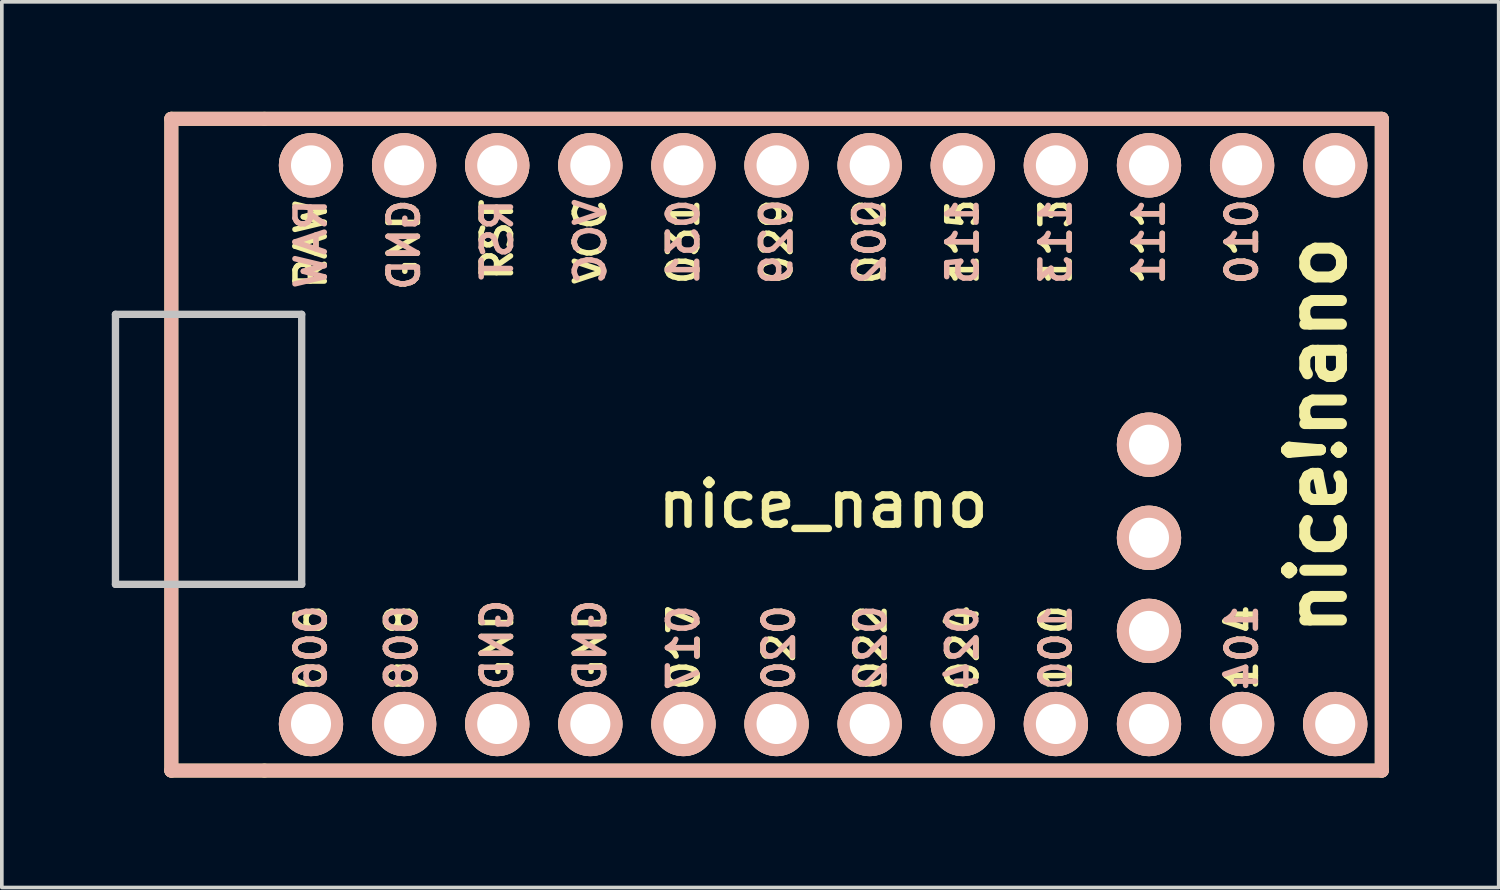
<source format=kicad_pcb>
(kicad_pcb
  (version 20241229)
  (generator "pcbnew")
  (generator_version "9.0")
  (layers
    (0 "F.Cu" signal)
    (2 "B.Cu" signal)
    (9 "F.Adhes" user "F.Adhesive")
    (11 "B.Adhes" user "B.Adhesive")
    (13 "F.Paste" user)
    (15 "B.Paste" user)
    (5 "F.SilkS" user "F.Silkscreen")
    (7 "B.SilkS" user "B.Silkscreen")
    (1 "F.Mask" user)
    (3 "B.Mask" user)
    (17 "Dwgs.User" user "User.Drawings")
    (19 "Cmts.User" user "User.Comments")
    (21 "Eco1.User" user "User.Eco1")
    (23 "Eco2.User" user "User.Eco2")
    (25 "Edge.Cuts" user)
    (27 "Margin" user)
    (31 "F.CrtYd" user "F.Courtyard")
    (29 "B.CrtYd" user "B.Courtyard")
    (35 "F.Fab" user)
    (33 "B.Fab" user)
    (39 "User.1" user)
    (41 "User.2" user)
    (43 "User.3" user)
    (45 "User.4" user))
  (footprint "nice_nano"
    (layer "F.Cu")
    (at 19.404 9.081)
    (property "Reference" "nice_nano" (at 0 1.625 0) (layer "F.SilkS") (effects (font (size 1.2 1.2) (thickness 0.203))))
    (attr through_hole)
    (fp_line (start -17.78 -8.89) (end -17.78 8.89) (stroke (width 0.381) (type solid)) (layer "F.SilkS"))
    (fp_line (start -17.78 8.89) (end -15.24 8.89) (stroke (width 0.381) (type solid)) (layer "F.SilkS"))
    (fp_line (start -15.24 -8.89) (end -17.78 -8.89) (stroke (width 0.381) (type solid)) (layer "F.SilkS"))
    (fp_line (start -15.24 8.89) (end 15.24 8.89) (stroke (width 0.381) (type solid)) (layer "F.SilkS"))
    (fp_line (start 15.24 -8.89) (end -15.24 -8.89) (stroke (width 0.381) (type solid)) (layer "F.SilkS"))
    (fp_line (start 15.24 8.89) (end 15.24 -8.89) (stroke (width 0.381) (type solid)) (layer "F.SilkS"))
    (fp_line (start -17.78 -8.89) (end -17.78 8.89) (stroke (width 0.381) (type solid)) (layer "B.SilkS"))
    (fp_line (start -17.78 8.89) (end 15.24 8.89) (stroke (width 0.381) (type solid)) (layer "B.SilkS"))
    (fp_line (start 15.24 -8.89) (end -17.78 -8.89) (stroke (width 0.381) (type solid)) (layer "B.SilkS"))
    (fp_line (start 15.24 8.89) (end 15.24 -8.89) (stroke (width 0.381) (type solid)) (layer "B.SilkS"))
    (fp_line (start -19.304 -3.556) (end -14.224 -3.556) (stroke (width 0.2) (type solid)) (layer "Dwgs.User"))
    (fp_line (start -19.304 3.81) (end -19.304 -3.556) (stroke (width 0.2) (type solid)) (layer "Dwgs.User"))
    (fp_line (start -14.224 -3.556) (end -14.224 3.81) (stroke (width 0.2) (type solid)) (layer "Dwgs.User"))
    (fp_line (start -14.224 3.81) (end -19.304 3.81) (stroke (width 0.2) (type solid)) (layer "Dwgs.User"))
    (fp_text user "010" (at 11.43 -5.537 90) (layer "F.SilkS") (effects (font (size 0.8 0.8) (thickness 0.15))))
    (fp_text user "008" (at -11.5 5.537 90) (layer "F.SilkS") (effects (font (size 0.8 0.8) (thickness 0.15))))
    (fp_text user "113" (at 6.35 -5.537 90) (layer "F.SilkS") (effects (font (size 0.8 0.8) (thickness 0.15))))
    (fp_text user "GND" (at -8.89 5.461 90) (layer "F.SilkS") (effects (font (size 0.8 0.8) (thickness 0.15))))
    (fp_text user "nice!nano" (at 13.462 -0.254 90) (layer "F.SilkS") (effects (font (size 1.5 1.5) (thickness 0.3))))
    (fp_text user "002" (at 1.27 -5.537 90) (layer "F.SilkS") (effects (font (size 0.8 0.8) (thickness 0.15))))
    (fp_text user "022" (at 1.3 5.537 90) (layer "F.SilkS") (effects (font (size 0.8 0.8) (thickness 0.15))))
    (fp_text user "RAW" (at -13.97 -5.474 90) (layer "F.SilkS") (effects (font (size 0.8 0.8) (thickness 0.15))))
    (fp_text user "020" (at -1.2 5.537 90) (layer "F.SilkS") (effects (font (size 0.8 0.8) (thickness 0.15))))
    (fp_text user "VCC" (at -6.35 -5.537 90) (layer "F.SilkS") (effects (font (size 0.8 0.8) (thickness 0.15))))
    (fp_text user "100" (at 6.35 5.537 90) (layer "F.SilkS") (effects (font (size 0.8 0.8) (thickness 0.15))))
    (fp_text user "029" (at -1.27 -5.537 90) (layer "F.SilkS") (effects (font (size 0.8 0.8) (thickness 0.15))))
    (fp_text user "GND" (at -6.35 5.461 90) (layer "F.SilkS") (effects (font (size 0.8 0.8) (thickness 0.15))))
    (fp_text user "GND" (at -11.43 -5.455 90) (layer "F.SilkS") (effects (font (size 0.8 0.8) (thickness 0.15))))
    (fp_text user "115" (at 3.81 -5.537 90) (layer "F.SilkS") (effects (font (size 0.8 0.8) (thickness 0.15))))
    (fp_text user "031" (at -3.81 -5.537 90) (layer "F.SilkS") (effects (font (size 0.8 0.8) (thickness 0.15))))
    (fp_text user "111" (at 8.89 -5.537 90) (layer "F.SilkS") (effects (font (size 0.8 0.8) (thickness 0.15))))
    (fp_text user "006" (at -13.97 5.537 90) (layer "F.SilkS") (effects (font (size 0.8 0.8) (thickness 0.15))))
    (fp_text user "RST" (at -8.89 -5.588 90) (layer "F.SilkS") (effects (font (size 0.8 0.8) (thickness 0.15))))
    (fp_text user "017" (at -3.8 5.537 90) (layer "F.SilkS") (effects (font (size 0.8 0.8) (thickness 0.15))))
    (fp_text user "104" (at 11.43 5.537 90) (layer "F.SilkS") (effects (font (size 0.8 0.8) (thickness 0.15))))
    (fp_text user "024" (at 3.81 5.537 90) (layer "F.SilkS") (effects (font (size 0.8 0.8) (thickness 0.15))))
    (fp_text user "024" (at 3.8 5.537 90) (layer "B.SilkS") (effects (font (size 0.8 0.8) (thickness 0.15)) (justify mirror)))
    (fp_text user "006" (at -13.97 5.537 90) (layer "B.SilkS") (effects (font (size 0.8 0.8) (thickness 0.15)) (justify mirror)))
    (fp_text user "115" (at 3.81 -5.537 90) (layer "B.SilkS") (effects (font (size 0.8 0.8) (thickness 0.15)) (justify mirror)))
    (fp_text user "008" (at -11.5 5.537 90) (layer "B.SilkS") (effects (font (size 0.8 0.8) (thickness 0.15)) (justify mirror)))
    (fp_text user "022" (at 1.3 5.537 90) (layer "B.SilkS") (effects (font (size 0.8 0.8) (thickness 0.15)) (justify mirror)))
    (fp_text user "GND" (at -6.35 5.461 90) (layer "B.SilkS") (effects (font (size 0.8 0.8) (thickness 0.15)) (justify mirror)))
    (fp_text user "031" (at -3.81 -5.537 90) (layer "B.SilkS") (effects (font (size 0.8 0.8) (thickness 0.15)) (justify mirror)))
    (fp_text user "113" (at 6.35 -5.537 90) (layer "B.SilkS") (effects (font (size 0.8 0.8) (thickness 0.15)) (justify mirror)))
    (fp_text user "RAW" (at -13.97 -5.474 90) (layer "B.SilkS") (effects (font (size 0.8 0.8) (thickness 0.15)) (justify mirror)))
    (fp_text user "010" (at 11.43 -5.537 90) (layer "B.SilkS") (effects (font (size 0.8 0.8) (thickness 0.15)) (justify mirror)))
    (fp_text user "017" (at -3.81 5.537 90) (layer "B.SilkS") (effects (font (size 0.8 0.8) (thickness 0.15)) (justify mirror)))
    (fp_text user "RST" (at -8.89 -5.588 90) (layer "B.SilkS") (effects (font (size 0.8 0.8) (thickness 0.15)) (justify mirror)))
    (fp_text user "VCC" (at -6.35 -5.537 90) (layer "B.SilkS") (effects (font (size 0.8 0.8) (thickness 0.15)) (justify mirror)))
    (fp_text user "GND" (at -8.89 5.461 90) (layer "B.SilkS") (effects (font (size 0.8 0.8) (thickness 0.15)) (justify mirror)))
    (fp_text user "029" (at -1.27 -5.537 90) (layer "B.SilkS") (effects (font (size 0.8 0.8) (thickness 0.15)) (justify mirror)))
    (fp_text user "020" (at -1.2 5.537 90) (layer "B.SilkS") (effects (font (size 0.8 0.8) (thickness 0.15)) (justify mirror)))
    (fp_text user "104" (at 11.43 5.537 90) (layer "B.SilkS") (effects (font (size 0.8 0.8) (thickness 0.15)) (justify mirror)))
    (fp_text user "002" (at 1.27 -5.537 90) (layer "B.SilkS") (effects (font (size 0.8 0.8) (thickness 0.15)) (justify mirror)))
    (fp_text user "111" (at 8.89 -5.537 90) (layer "B.SilkS") (effects (font (size 0.8 0.8) (thickness 0.15)) (justify mirror)))
    (fp_text user "GND" (at -11.43 -5.455 90) (layer "B.SilkS") (effects (font (size 0.8 0.8) (thickness 0.15)) (justify mirror)))
    (fp_text user "100" (at 6.35 5.537 90) (layer "B.SilkS") (effects (font (size 0.8 0.8) (thickness 0.15)) (justify mirror)))
    (pad "1" thru_hole circle (at -13.97 7.62) (size 1.753 1.753) (drill 1.092) (layers "*.Cu" "*.SilkS" "*.Mask"))
    (pad "2" thru_hole circle (at -11.43 7.62) (size 1.753 1.753) (drill 1.092) (layers "*.Cu" "*.SilkS" "*.Mask"))
    (pad "3" thru_hole circle (at -8.89 7.62) (size 1.753 1.753) (drill 1.092) (layers "*.Cu" "*.SilkS" "*.Mask"))
    (pad "4" thru_hole circle (at -6.35 7.62) (size 1.753 1.753) (drill 1.092) (layers "*.Cu" "*.SilkS" "*.Mask"))
    (pad "5" thru_hole circle (at -3.81 7.62) (size 1.753 1.753) (drill 1.092) (layers "*.Cu" "*.SilkS" "*.Mask"))
    (pad "6" thru_hole circle (at -1.27 7.62) (size 1.753 1.753) (drill 1.092) (layers "*.Cu" "*.SilkS" "*.Mask"))
    (pad "7" thru_hole circle (at 1.27 7.62) (size 1.753 1.753) (drill 1.092) (layers "*.Cu" "*.SilkS" "*.Mask"))
    (pad "8" thru_hole circle (at 3.81 7.62) (size 1.753 1.753) (drill 1.092) (layers "*.Cu" "*.SilkS" "*.Mask"))
    (pad "9" thru_hole circle (at 6.35 7.62) (size 1.753 1.753) (drill 1.092) (layers "*.Cu" "*.SilkS" "*.Mask"))
    (pad "10" thru_hole circle (at 8.89 7.62) (size 1.753 1.753) (drill 1.092) (layers "*.Cu" "*.SilkS" "*.Mask"))
    (pad "11" thru_hole circle (at 11.43 7.62) (size 1.753 1.753) (drill 1.092) (layers "*.Cu" "*.SilkS" "*.Mask"))
    (pad "12" thru_hole circle (at 13.97 7.62) (size 1.753 1.753) (drill 1.092) (layers "*.Cu" "*.SilkS" "*.Mask"))
    (pad "13" thru_hole circle (at 13.97 -7.62) (size 1.753 1.753) (drill 1.092) (layers "*.Cu" "*.SilkS" "*.Mask"))
    (pad "14" thru_hole circle (at 11.43 -7.62) (size 1.753 1.753) (drill 1.092) (layers "*.Cu" "*.SilkS" "*.Mask"))
    (pad "15" thru_hole circle (at 8.89 -7.62) (size 1.753 1.753) (drill 1.092) (layers "*.Cu" "*.SilkS" "*.Mask"))
    (pad "16" thru_hole circle (at 6.35 -7.62) (size 1.753 1.753) (drill 1.092) (layers "*.Cu" "*.SilkS" "*.Mask"))
    (pad "17" thru_hole circle (at 3.81 -7.62) (size 1.753 1.753) (drill 1.092) (layers "*.Cu" "*.SilkS" "*.Mask"))
    (pad "18" thru_hole circle (at 1.27 -7.62) (size 1.753 1.753) (drill 1.092) (layers "*.Cu" "*.SilkS" "*.Mask"))
    (pad "19" thru_hole circle (at -1.27 -7.62) (size 1.753 1.753) (drill 1.092) (layers "*.Cu" "*.SilkS" "*.Mask"))
    (pad "20" thru_hole circle (at -3.81 -7.62) (size 1.753 1.753) (drill 1.092) (layers "*.Cu" "*.SilkS" "*.Mask"))
    (pad "21" thru_hole circle (at -6.35 -7.62) (size 1.753 1.753) (drill 1.092) (layers "*.Cu" "*.SilkS" "*.Mask"))
    (pad "22" thru_hole circle (at -8.89 -7.62) (size 1.753 1.753) (drill 1.092) (layers "*.Cu" "*.SilkS" "*.Mask"))
    (pad "23" thru_hole circle (at -11.43 -7.62) (size 1.753 1.753) (drill 1.092) (layers "*.Cu" "*.SilkS" "*.Mask"))
    (pad "24" thru_hole circle (at -13.97 -7.62) (size 1.753 1.753) (drill 1.092) (layers "*.Cu" "*.SilkS" "*.Mask"))
    (pad "31" thru_hole circle (at 8.89 5.08) (size 1.753 1.753) (drill 1.092) (layers "*.Cu" "*.SilkS" "*.Mask"))
    (pad "32" thru_hole circle (at 8.89 2.54) (size 1.753 1.753) (drill 1.092) (layers "*.Cu" "*.SilkS" "*.Mask"))
    (pad "33" thru_hole circle (at 8.89 0) (size 1.753 1.753) (drill 1.092) (layers "*.Cu" "*.SilkS" "*.Mask")))
  (gr_rect
    (start -3 -3)
    (end 37.834 21.161)
    (stroke (width 0.1) (type default))
    (fill no)
    (layer "Edge.Cuts")))
</source>
